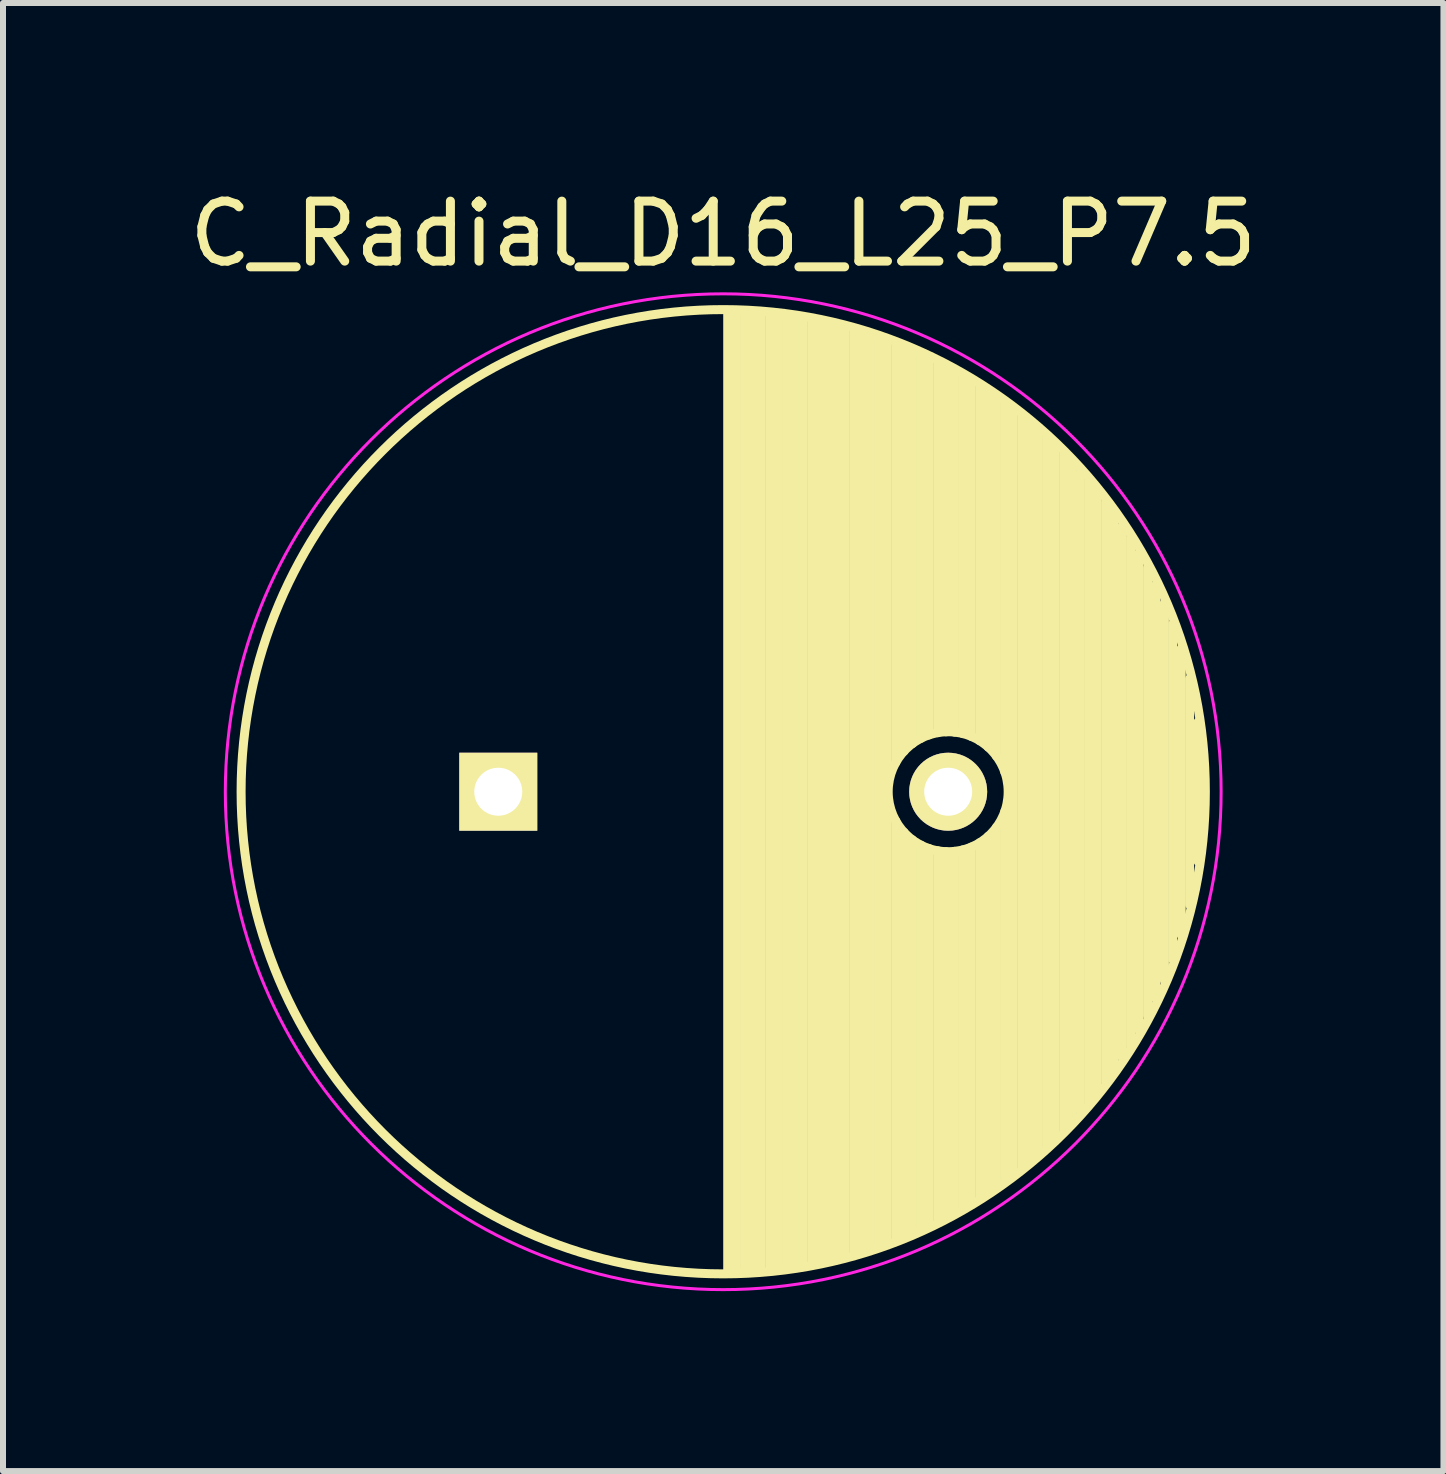
<source format=kicad_pcb>
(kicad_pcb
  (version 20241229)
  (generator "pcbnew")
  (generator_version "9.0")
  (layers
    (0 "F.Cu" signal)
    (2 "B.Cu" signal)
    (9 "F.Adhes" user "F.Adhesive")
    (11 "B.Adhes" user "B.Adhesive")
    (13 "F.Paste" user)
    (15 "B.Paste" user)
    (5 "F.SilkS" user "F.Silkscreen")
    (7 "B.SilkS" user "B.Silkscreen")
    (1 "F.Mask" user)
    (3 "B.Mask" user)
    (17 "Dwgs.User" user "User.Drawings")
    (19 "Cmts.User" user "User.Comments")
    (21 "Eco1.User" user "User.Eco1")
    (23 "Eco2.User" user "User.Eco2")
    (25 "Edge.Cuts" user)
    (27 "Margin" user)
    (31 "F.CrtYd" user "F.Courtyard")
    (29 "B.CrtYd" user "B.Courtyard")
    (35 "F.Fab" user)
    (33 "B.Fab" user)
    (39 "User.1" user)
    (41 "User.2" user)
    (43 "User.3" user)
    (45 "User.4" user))
  (footprint "C_Radial_D16_L25_P7.5"
    (layer "F.Cu")
    (at 9.006 10.148)
    (property "Reference" "C_Radial_D16_L25_P7.5" (at 0 -9.3 0) (layer "F.SilkS") (effects (font (size 1 1) (thickness 0.15))))
    (attr through_hole)
    (fp_line (start 0.075 -8) (end 0.075 8) (stroke (width 0.15) (type solid)) (layer "F.SilkS"))
    (fp_line (start 0.215 -7.997) (end 0.215 7.997) (stroke (width 0.15) (type solid)) (layer "F.SilkS"))
    (fp_line (start 0.355 -7.992) (end 0.355 7.992) (stroke (width 0.15) (type solid)) (layer "F.SilkS"))
    (fp_line (start 0.495 -7.985) (end 0.495 7.985) (stroke (width 0.15) (type solid)) (layer "F.SilkS"))
    (fp_line (start 0.635 -7.975) (end 0.635 7.975) (stroke (width 0.15) (type solid)) (layer "F.SilkS"))
    (fp_line (start 0.775 -7.962) (end 0.775 7.962) (stroke (width 0.15) (type solid)) (layer "F.SilkS"))
    (fp_line (start 0.915 -7.948) (end 0.915 7.948) (stroke (width 0.15) (type solid)) (layer "F.SilkS"))
    (fp_line (start 1.055 -7.93) (end 1.055 7.93) (stroke (width 0.15) (type solid)) (layer "F.SilkS"))
    (fp_line (start 1.195 -7.91) (end 1.195 7.91) (stroke (width 0.15) (type solid)) (layer "F.SilkS"))
    (fp_line (start 1.335 -7.888) (end 1.335 7.888) (stroke (width 0.15) (type solid)) (layer "F.SilkS"))
    (fp_line (start 1.475 -7.863) (end 1.475 7.863) (stroke (width 0.15) (type solid)) (layer "F.SilkS"))
    (fp_line (start 1.615 -7.835) (end 1.615 7.835) (stroke (width 0.15) (type solid)) (layer "F.SilkS"))
    (fp_line (start 1.755 -7.805) (end 1.755 7.805) (stroke (width 0.15) (type solid)) (layer "F.SilkS"))
    (fp_line (start 1.895 -7.772) (end 1.895 7.772) (stroke (width 0.15) (type solid)) (layer "F.SilkS"))
    (fp_line (start 2.035 -7.737) (end 2.035 7.737) (stroke (width 0.15) (type solid)) (layer "F.SilkS"))
    (fp_line (start 2.175 -7.699) (end 2.175 7.699) (stroke (width 0.15) (type solid)) (layer "F.SilkS"))
    (fp_line (start 2.315 -7.658) (end 2.315 7.658) (stroke (width 0.15) (type solid)) (layer "F.SilkS"))
    (fp_line (start 2.455 -7.614) (end 2.455 7.614) (stroke (width 0.15) (type solid)) (layer "F.SilkS"))
    (fp_line (start 2.595 -7.567) (end 2.595 7.567) (stroke (width 0.15) (type solid)) (layer "F.SilkS"))
    (fp_line (start 2.735 -7.518) (end 2.735 7.518) (stroke (width 0.15) (type solid)) (layer "F.SilkS"))
    (fp_line (start 2.875 -7.466) (end 2.875 -0.484) (stroke (width 0.15) (type solid)) (layer "F.SilkS"))
    (fp_line (start 2.875 0.484) (end 2.875 7.466) (stroke (width 0.15) (type solid)) (layer "F.SilkS"))
    (fp_line (start 3.015 -7.41) (end 3.015 -0.678) (stroke (width 0.15) (type solid)) (layer "F.SilkS"))
    (fp_line (start 3.015 0.678) (end 3.015 7.41) (stroke (width 0.15) (type solid)) (layer "F.SilkS"))
    (fp_line (start 3.155 -7.352) (end 3.155 -0.804) (stroke (width 0.15) (type solid)) (layer "F.SilkS"))
    (fp_line (start 3.155 0.804) (end 3.155 7.352) (stroke (width 0.15) (type solid)) (layer "F.SilkS"))
    (fp_line (start 3.295 -7.29) (end 3.295 -0.89) (stroke (width 0.15) (type solid)) (layer "F.SilkS"))
    (fp_line (start 3.295 0.89) (end 3.295 7.29) (stroke (width 0.15) (type solid)) (layer "F.SilkS"))
    (fp_line (start 3.435 -7.225) (end 3.435 -0.949) (stroke (width 0.15) (type solid)) (layer "F.SilkS"))
    (fp_line (start 3.435 0.949) (end 3.435 7.225) (stroke (width 0.15) (type solid)) (layer "F.SilkS"))
    (fp_line (start 3.575 -7.157) (end 3.575 -0.985) (stroke (width 0.15) (type solid)) (layer "F.SilkS"))
    (fp_line (start 3.575 0.985) (end 3.575 7.157) (stroke (width 0.15) (type solid)) (layer "F.SilkS"))
    (fp_line (start 3.715 -7.085) (end 3.715 -0.999) (stroke (width 0.15) (type solid)) (layer "F.SilkS"))
    (fp_line (start 3.715 0.999) (end 3.715 7.085) (stroke (width 0.15) (type solid)) (layer "F.SilkS"))
    (fp_line (start 3.855 -7.01) (end 3.855 -0.994) (stroke (width 0.15) (type solid)) (layer "F.SilkS"))
    (fp_line (start 3.855 0.994) (end 3.855 7.01) (stroke (width 0.15) (type solid)) (layer "F.SilkS"))
    (fp_line (start 3.995 -6.931) (end 3.995 -0.97) (stroke (width 0.15) (type solid)) (layer "F.SilkS"))
    (fp_line (start 3.995 0.97) (end 3.995 6.931) (stroke (width 0.15) (type solid)) (layer "F.SilkS"))
    (fp_line (start 4.135 -6.848) (end 4.135 -0.923) (stroke (width 0.15) (type solid)) (layer "F.SilkS"))
    (fp_line (start 4.135 0.923) (end 4.135 6.848) (stroke (width 0.15) (type solid)) (layer "F.SilkS"))
    (fp_line (start 4.275 -6.762) (end 4.275 -0.851) (stroke (width 0.15) (type solid)) (layer "F.SilkS"))
    (fp_line (start 4.275 0.851) (end 4.275 6.762) (stroke (width 0.15) (type solid)) (layer "F.SilkS"))
    (fp_line (start 4.415 -6.671) (end 4.415 -0.747) (stroke (width 0.15) (type solid)) (layer "F.SilkS"))
    (fp_line (start 4.415 0.747) (end 4.415 6.671) (stroke (width 0.15) (type solid)) (layer "F.SilkS"))
    (fp_line (start 4.555 -6.577) (end 4.555 -0.593) (stroke (width 0.15) (type solid)) (layer "F.SilkS"))
    (fp_line (start 4.555 0.593) (end 4.555 6.577) (stroke (width 0.15) (type solid)) (layer "F.SilkS"))
    (fp_line (start 4.695 -6.477) (end 4.695 -0.327) (stroke (width 0.15) (type solid)) (layer "F.SilkS"))
    (fp_line (start 4.695 0.327) (end 4.695 6.477) (stroke (width 0.15) (type solid)) (layer "F.SilkS"))
    (fp_line (start 4.835 -6.374) (end 4.835 6.374) (stroke (width 0.15) (type solid)) (layer "F.SilkS"))
    (fp_line (start 4.975 -6.265) (end 4.975 6.265) (stroke (width 0.15) (type solid)) (layer "F.SilkS"))
    (fp_line (start 5.115 -6.151) (end 5.115 6.151) (stroke (width 0.15) (type solid)) (layer "F.SilkS"))
    (fp_line (start 5.255 -6.032) (end 5.255 6.032) (stroke (width 0.15) (type solid)) (layer "F.SilkS"))
    (fp_line (start 5.395 -5.907) (end 5.395 5.907) (stroke (width 0.15) (type solid)) (layer "F.SilkS"))
    (fp_line (start 5.535 -5.776) (end 5.535 5.776) (stroke (width 0.15) (type solid)) (layer "F.SilkS"))
    (fp_line (start 5.675 -5.639) (end 5.675 5.639) (stroke (width 0.15) (type solid)) (layer "F.SilkS"))
    (fp_line (start 5.815 -5.494) (end 5.815 5.494) (stroke (width 0.15) (type solid)) (layer "F.SilkS"))
    (fp_line (start 5.955 -5.342) (end 5.955 5.342) (stroke (width 0.15) (type solid)) (layer "F.SilkS"))
    (fp_line (start 6.095 -5.182) (end 6.095 5.182) (stroke (width 0.15) (type solid)) (layer "F.SilkS"))
    (fp_line (start 6.235 -5.012) (end 6.235 5.012) (stroke (width 0.15) (type solid)) (layer "F.SilkS"))
    (fp_line (start 6.375 -4.833) (end 6.375 4.833) (stroke (width 0.15) (type solid)) (layer "F.SilkS"))
    (fp_line (start 6.515 -4.643) (end 6.515 4.643) (stroke (width 0.15) (type solid)) (layer "F.SilkS"))
    (fp_line (start 6.655 -4.44) (end 6.655 4.44) (stroke (width 0.15) (type solid)) (layer "F.SilkS"))
    (fp_line (start 6.795 -4.222) (end 6.795 4.222) (stroke (width 0.15) (type solid)) (layer "F.SilkS"))
    (fp_line (start 6.935 -3.988) (end 6.935 3.988) (stroke (width 0.15) (type solid)) (layer "F.SilkS"))
    (fp_line (start 7.075 -3.734) (end 7.075 3.734) (stroke (width 0.15) (type solid)) (layer "F.SilkS"))
    (fp_line (start 7.215 -3.456) (end 7.215 3.456) (stroke (width 0.15) (type solid)) (layer "F.SilkS"))
    (fp_line (start 7.355 -3.147) (end 7.355 3.147) (stroke (width 0.15) (type solid)) (layer "F.SilkS"))
    (fp_line (start 7.495 -2.797) (end 7.495 2.797) (stroke (width 0.15) (type solid)) (layer "F.SilkS"))
    (fp_line (start 7.635 -2.389) (end 7.635 2.389) (stroke (width 0.15) (type solid)) (layer "F.SilkS"))
    (fp_line (start 7.775 -1.884) (end 7.775 1.884) (stroke (width 0.15) (type solid)) (layer "F.SilkS"))
    (fp_line (start 7.915 -1.163) (end 7.915 1.163) (stroke (width 0.15) (type solid)) (layer "F.SilkS"))
    (fp_circle (center 0 0) (end 0 -8.037) (stroke (width 0.15) (type solid)) (fill no) (layer "F.SilkS"))
    (fp_circle (center 3.75 0) (end 3.75 -1) (stroke (width 0.15) (type solid)) (fill no) (layer "F.SilkS"))
    (fp_circle (center 0 0) (end 0 -8.3) (stroke (width 0.05) (type solid)) (fill no) (layer "F.CrtYd"))
    (pad "1" thru_hole rect (at -3.75 0) (size 1.3 1.3) (drill 0.8) (layers "*.Cu" "*.Mask" "F.SilkS"))
    (pad "2" thru_hole circle (at 3.75 0) (size 1.3 1.3) (drill 0.8) (layers "*.Cu" "*.Mask" "F.SilkS")))
  (gr_rect
    (start -3 -3)
    (end 21.012 21.473)
    (stroke (width 0.1) (type default))
    (fill no)
    (layer "Edge.Cuts")))
</source>
